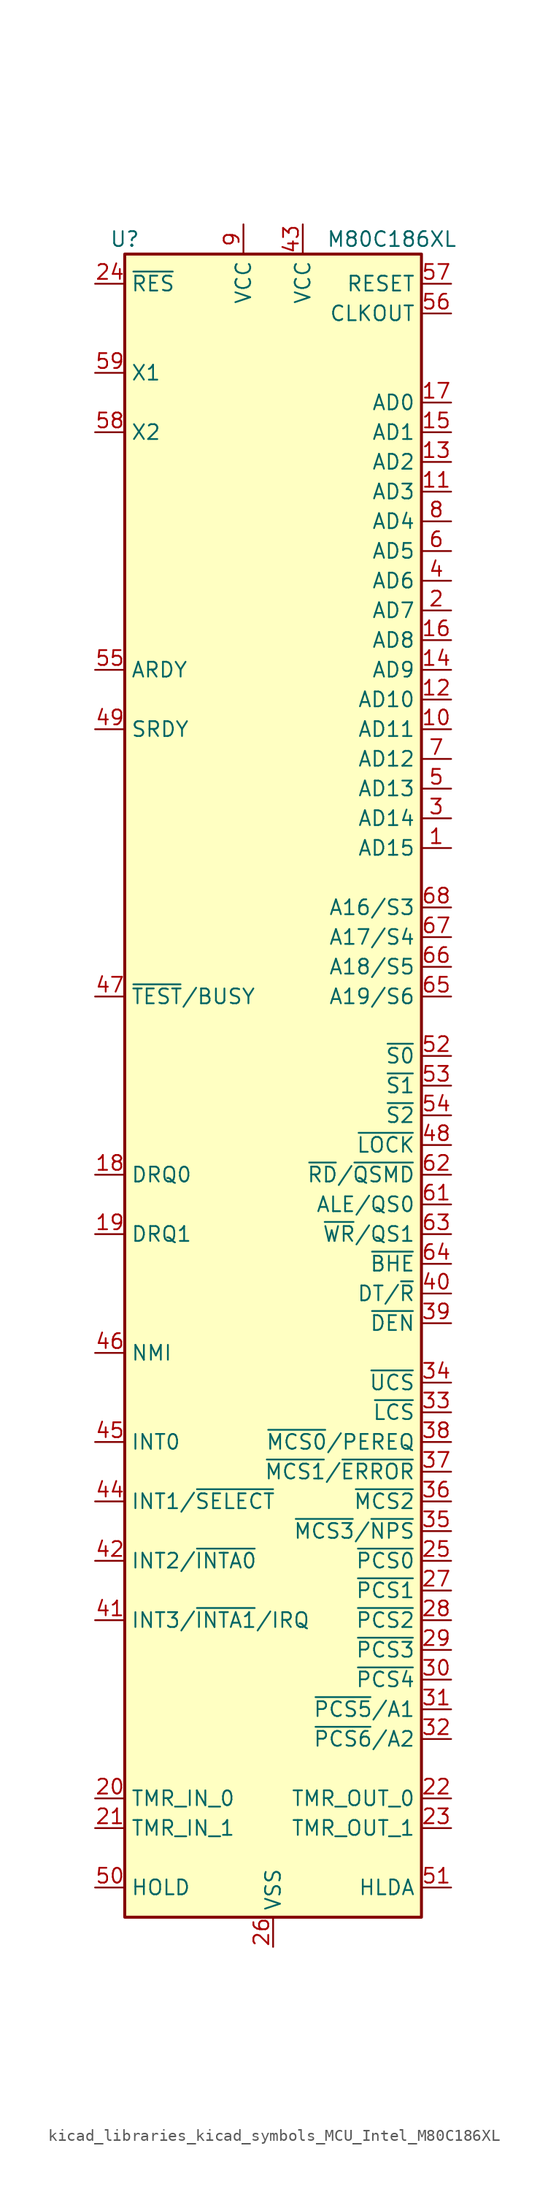
<source format=kicad_sym>
(kicad_symbol_lib
  (version 20220914)
  (generator kicad_symbol_editor)
  (symbol "kicad_libraries_kicad_symbols_MCU_Intel_M80C186XL"
    (property "Reference" "U"
      (at -12.7 72.39 0)
      (effects (font (size 1.27 1.27))))
    (property "Value" "M80C186XL"
      (at 10.16 72.39 0)
      (effects (font (size 1.27 1.27))))
    (symbol "kicad_libraries_kicad_symbols_MCU_Intel_M80C186XL_0_1"
      (rectangle (start 12.7 -71.12) (end -12.7 71.12) (stroke (width 0.254) (type default)) (fill (type background))))
    (symbol "kicad_libraries_kicad_symbols_MCU_Intel_M80C186XL_1_1"
      (pin bidirectional line (at 15.24 20.32 180) (length 2.54) (name "AD15" (effects (font (size 1.27 1.27)))) (number "1" (effects (font (size 1.27 1.27)))))
      (pin bidirectional line (at 15.24 30.48 180) (length 2.54) (name "AD11" (effects (font (size 1.27 1.27)))) (number "10" (effects (font (size 1.27 1.27)))))
      (pin bidirectional line (at 15.24 50.8 180) (length 2.54) (name "AD3" (effects (font (size 1.27 1.27)))) (number "11" (effects (font (size 1.27 1.27)))))
      (pin bidirectional line (at 15.24 33.02 180) (length 2.54) (name "AD10" (effects (font (size 1.27 1.27)))) (number "12" (effects (font (size 1.27 1.27)))))
      (pin bidirectional line (at 15.24 53.34 180) (length 2.54) (name "AD2" (effects (font (size 1.27 1.27)))) (number "13" (effects (font (size 1.27 1.27)))))
      (pin bidirectional line (at 15.24 35.56 180) (length 2.54) (name "AD9" (effects (font (size 1.27 1.27)))) (number "14" (effects (font (size 1.27 1.27)))))
      (pin bidirectional line (at 15.24 55.88 180) (length 2.54) (name "AD1" (effects (font (size 1.27 1.27)))) (number "15" (effects (font (size 1.27 1.27)))))
      (pin bidirectional line (at 15.24 38.1 180) (length 2.54) (name "AD8" (effects (font (size 1.27 1.27)))) (number "16" (effects (font (size 1.27 1.27)))))
      (pin bidirectional line (at 15.24 58.42 180) (length 2.54) (name "AD0" (effects (font (size 1.27 1.27)))) (number "17" (effects (font (size 1.27 1.27)))))
      (pin input line (at -15.24 -7.62 0) (length 2.54) (name "DRQ0" (effects (font (size 1.27 1.27)))) (number "18" (effects (font (size 1.27 1.27)))))
      (pin input line (at -15.24 -12.7 0) (length 2.54) (name "DRQ1" (effects (font (size 1.27 1.27)))) (number "19" (effects (font (size 1.27 1.27)))))
      (pin bidirectional line (at 15.24 40.64 180) (length 2.54) (name "AD7" (effects (font (size 1.27 1.27)))) (number "2" (effects (font (size 1.27 1.27)))))
      (pin input line (at -15.24 -60.96 0) (length 2.54) (name "TMR_IN_0" (effects (font (size 1.27 1.27)))) (number "20" (effects (font (size 1.27 1.27)))))
      (pin input line (at -15.24 -63.5 0) (length 2.54) (name "TMR_IN_1" (effects (font (size 1.27 1.27)))) (number "21" (effects (font (size 1.27 1.27)))))
      (pin output line (at 15.24 -60.96 180) (length 2.54) (name "TMR_OUT_0" (effects (font (size 1.27 1.27)))) (number "22" (effects (font (size 1.27 1.27)))))
      (pin output line (at 15.24 -63.5 180) (length 2.54) (name "TMR_OUT_1" (effects (font (size 1.27 1.27)))) (number "23" (effects (font (size 1.27 1.27)))))
      (pin input line (at -15.24 68.58 0) (length 2.54) (name "~{RES}" (effects (font (size 1.27 1.27)))) (number "24" (effects (font (size 1.27 1.27)))))
      (pin output line (at 15.24 -40.64 180) (length 2.54) (name "~{PCS0}" (effects (font (size 1.27 1.27)))) (number "25" (effects (font (size 1.27 1.27)))))
      (pin power_in line (at 0 -73.66 90) (length 2.54) (name "VSS" (effects (font (size 1.27 1.27)))) (number "26" (effects (font (size 1.27 1.27)))))
      (pin output line (at 15.24 -43.18 180) (length 2.54) (name "~{PCS1}" (effects (font (size 1.27 1.27)))) (number "27" (effects (font (size 1.27 1.27)))))
      (pin output line (at 15.24 -45.72 180) (length 2.54) (name "~{PCS2}" (effects (font (size 1.27 1.27)))) (number "28" (effects (font (size 1.27 1.27)))))
      (pin output line (at 15.24 -48.26 180) (length 2.54) (name "~{PCS3}" (effects (font (size 1.27 1.27)))) (number "29" (effects (font (size 1.27 1.27)))))
      (pin bidirectional line (at 15.24 22.86 180) (length 2.54) (name "AD14" (effects (font (size 1.27 1.27)))) (number "3" (effects (font (size 1.27 1.27)))))
      (pin output line (at 15.24 -50.8 180) (length 2.54) (name "~{PCS4}" (effects (font (size 1.27 1.27)))) (number "30" (effects (font (size 1.27 1.27)))))
      (pin output line (at 15.24 -53.34 180) (length 2.54) (name "~{PCS5}/A1" (effects (font (size 1.27 1.27)))) (number "31" (effects (font (size 1.27 1.27)))))
      (pin output line (at 15.24 -55.88 180) (length 2.54) (name "~{PCS6}/A2" (effects (font (size 1.27 1.27)))) (number "32" (effects (font (size 1.27 1.27)))))
      (pin bidirectional line (at 15.24 -27.94 180) (length 2.54) (name "~{LCS}" (effects (font (size 1.27 1.27)))) (number "33" (effects (font (size 1.27 1.27)))))
      (pin bidirectional line (at 15.24 -25.4 180) (length 2.54) (name "~{UCS}" (effects (font (size 1.27 1.27)))) (number "34" (effects (font (size 1.27 1.27)))))
      (pin output line (at 15.24 -38.1 180) (length 2.54) (name "~{MCS3}/~{NPS}" (effects (font (size 1.27 1.27)))) (number "35" (effects (font (size 1.27 1.27)))))
      (pin output line (at 15.24 -35.56 180) (length 2.54) (name "~{MCS2}" (effects (font (size 1.27 1.27)))) (number "36" (effects (font (size 1.27 1.27)))))
      (pin bidirectional line (at 15.24 -33.02 180) (length 2.54) (name "~{MCS1}/~{ERROR}" (effects (font (size 1.27 1.27)))) (number "37" (effects (font (size 1.27 1.27)))))
      (pin bidirectional line (at 15.24 -30.48 180) (length 2.54) (name "~{MCS0}/PEREQ" (effects (font (size 1.27 1.27)))) (number "38" (effects (font (size 1.27 1.27)))))
      (pin output line (at 15.24 -20.32 180) (length 2.54) (name "~{DEN}" (effects (font (size 1.27 1.27)))) (number "39" (effects (font (size 1.27 1.27)))))
      (pin bidirectional line (at 15.24 43.18 180) (length 2.54) (name "AD6" (effects (font (size 1.27 1.27)))) (number "4" (effects (font (size 1.27 1.27)))))
      (pin output line (at 15.24 -17.78 180) (length 2.54) (name "DT/~{R}" (effects (font (size 1.27 1.27)))) (number "40" (effects (font (size 1.27 1.27)))))
      (pin bidirectional line (at -15.24 -45.72 0) (length 2.54) (name "INT3/~{INTA1}/IRQ" (effects (font (size 1.27 1.27)))) (number "41" (effects (font (size 1.27 1.27)))))
      (pin bidirectional line (at -15.24 -40.64 0) (length 2.54) (name "INT2/~{INTA0}" (effects (font (size 1.27 1.27)))) (number "42" (effects (font (size 1.27 1.27)))))
      (pin power_in line (at 2.54 73.66 270) (length 2.54) (name "VCC" (effects (font (size 1.27 1.27)))) (number "43" (effects (font (size 1.27 1.27)))))
      (pin input line (at -15.24 -35.56 0) (length 2.54) (name "INT1/~{SELECT}" (effects (font (size 1.27 1.27)))) (number "44" (effects (font (size 1.27 1.27)))))
      (pin input line (at -15.24 -30.48 0) (length 2.54) (name "INT0" (effects (font (size 1.27 1.27)))) (number "45" (effects (font (size 1.27 1.27)))))
      (pin input line (at -15.24 -22.86 0) (length 2.54) (name "NMI" (effects (font (size 1.27 1.27)))) (number "46" (effects (font (size 1.27 1.27)))))
      (pin bidirectional line (at -15.24 7.62 0) (length 2.54) (name "~{TEST}/BUSY" (effects (font (size 1.27 1.27)))) (number "47" (effects (font (size 1.27 1.27)))))
      (pin output line (at 15.24 -5.08 180) (length 2.54) (name "~{LOCK}" (effects (font (size 1.27 1.27)))) (number "48" (effects (font (size 1.27 1.27)))))
      (pin input line (at -15.24 30.48 0) (length 2.54) (name "SRDY" (effects (font (size 1.27 1.27)))) (number "49" (effects (font (size 1.27 1.27)))))
      (pin bidirectional line (at 15.24 25.4 180) (length 2.54) (name "AD13" (effects (font (size 1.27 1.27)))) (number "5" (effects (font (size 1.27 1.27)))))
      (pin input line (at -15.24 -68.58 0) (length 2.54) (name "HOLD" (effects (font (size 1.27 1.27)))) (number "50" (effects (font (size 1.27 1.27)))))
      (pin output line (at 15.24 -68.58 180) (length 2.54) (name "HLDA" (effects (font (size 1.27 1.27)))) (number "51" (effects (font (size 1.27 1.27)))))
      (pin output line (at 15.24 2.54 180) (length 2.54) (name "~{S0}" (effects (font (size 1.27 1.27)))) (number "52" (effects (font (size 1.27 1.27)))))
      (pin output line (at 15.24 0 180) (length 2.54) (name "~{S1}" (effects (font (size 1.27 1.27)))) (number "53" (effects (font (size 1.27 1.27)))))
      (pin output line (at 15.24 -2.54 180) (length 2.54) (name "~{S2}" (effects (font (size 1.27 1.27)))) (number "54" (effects (font (size 1.27 1.27)))))
      (pin input line (at -15.24 35.56 0) (length 2.54) (name "ARDY" (effects (font (size 1.27 1.27)))) (number "55" (effects (font (size 1.27 1.27)))))
      (pin output line (at 15.24 66.04 180) (length 2.54) (name "CLKOUT" (effects (font (size 1.27 1.27)))) (number "56" (effects (font (size 1.27 1.27)))))
      (pin output line (at 15.24 68.58 180) (length 2.54) (name "RESET" (effects (font (size 1.27 1.27)))) (number "57" (effects (font (size 1.27 1.27)))))
      (pin output line (at -15.24 55.88 0) (length 2.54) (name "X2" (effects (font (size 1.27 1.27)))) (number "58" (effects (font (size 1.27 1.27)))))
      (pin input line (at -15.24 60.96 0) (length 2.54) (name "X1" (effects (font (size 1.27 1.27)))) (number "59" (effects (font (size 1.27 1.27)))))
      (pin bidirectional line (at 15.24 45.72 180) (length 2.54) (name "AD5" (effects (font (size 1.27 1.27)))) (number "6" (effects (font (size 1.27 1.27)))))
      (pin passive line (at 0 -73.66 90) (length 2.54) hide (name "VSS" (effects (font (size 1.27 1.27)))) (number "60" (effects (font (size 1.27 1.27)))))
      (pin output line (at 15.24 -10.16 180) (length 2.54) (name "ALE/QS0" (effects (font (size 1.27 1.27)))) (number "61" (effects (font (size 1.27 1.27)))))
      (pin bidirectional line (at 15.24 -7.62 180) (length 2.54) (name "~{RD}/~{QSMD}" (effects (font (size 1.27 1.27)))) (number "62" (effects (font (size 1.27 1.27)))))
      (pin output line (at 15.24 -12.7 180) (length 2.54) (name "~{WR}/QS1" (effects (font (size 1.27 1.27)))) (number "63" (effects (font (size 1.27 1.27)))))
      (pin output line (at 15.24 -15.24 180) (length 2.54) (name "~{BHE}" (effects (font (size 1.27 1.27)))) (number "64" (effects (font (size 1.27 1.27)))))
      (pin output line (at 15.24 7.62 180) (length 2.54) (name "A19/S6" (effects (font (size 1.27 1.27)))) (number "65" (effects (font (size 1.27 1.27)))))
      (pin output line (at 15.24 10.16 180) (length 2.54) (name "A18/S5" (effects (font (size 1.27 1.27)))) (number "66" (effects (font (size 1.27 1.27)))))
      (pin output line (at 15.24 12.7 180) (length 2.54) (name "A17/S4" (effects (font (size 1.27 1.27)))) (number "67" (effects (font (size 1.27 1.27)))))
      (pin output line (at 15.24 15.24 180) (length 2.54) (name "A16/S3" (effects (font (size 1.27 1.27)))) (number "68" (effects (font (size 1.27 1.27)))))
      (pin bidirectional line (at 15.24 27.94 180) (length 2.54) (name "AD12" (effects (font (size 1.27 1.27)))) (number "7" (effects (font (size 1.27 1.27)))))
      (pin bidirectional line (at 15.24 48.26 180) (length 2.54) (name "AD4" (effects (font (size 1.27 1.27)))) (number "8" (effects (font (size 1.27 1.27)))))
      (pin power_in line (at -2.54 73.66 270) (length 2.54) (name "VCC" (effects (font (size 1.27 1.27)))) (number "9" (effects (font (size 1.27 1.27))))))))
</source>
